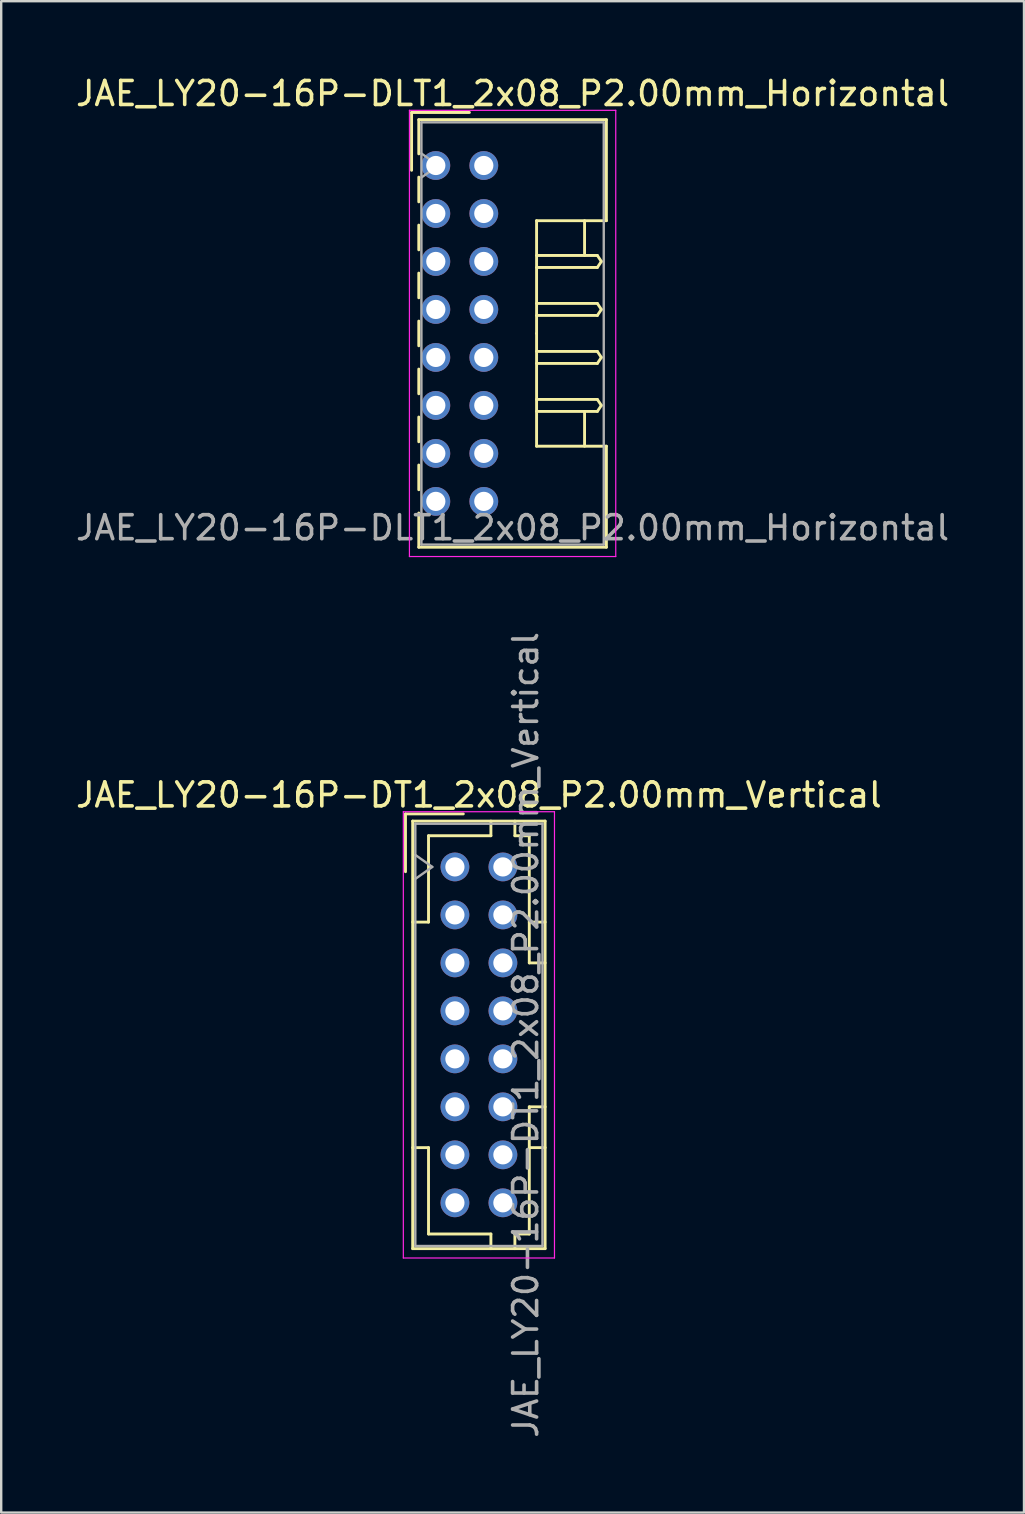
<source format=kicad_pcb>
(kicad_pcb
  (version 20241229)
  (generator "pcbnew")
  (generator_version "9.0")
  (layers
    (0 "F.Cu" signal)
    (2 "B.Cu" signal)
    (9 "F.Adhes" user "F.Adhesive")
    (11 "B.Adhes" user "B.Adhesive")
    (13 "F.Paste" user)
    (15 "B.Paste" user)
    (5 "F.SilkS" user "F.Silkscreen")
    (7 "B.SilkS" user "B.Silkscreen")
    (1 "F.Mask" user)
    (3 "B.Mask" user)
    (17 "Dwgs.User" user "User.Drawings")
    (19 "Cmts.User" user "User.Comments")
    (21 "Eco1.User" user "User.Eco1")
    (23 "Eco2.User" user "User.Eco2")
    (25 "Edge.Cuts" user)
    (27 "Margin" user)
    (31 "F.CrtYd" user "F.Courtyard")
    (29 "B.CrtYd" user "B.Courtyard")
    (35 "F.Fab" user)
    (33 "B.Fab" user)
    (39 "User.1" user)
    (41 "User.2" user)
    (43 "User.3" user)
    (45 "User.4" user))
  (footprint "JAE_LY20-16P-DLT1_2x08_P2.00mm_Horizontal"
    (layer "F.Cu")
    (at 15.115 3.848)
    (property "Reference" "JAE_LY20-16P-DLT1_2x08_P2.00mm_Horizontal" (at 3.2 -3 0) (layer "F.SilkS") (effects (font (size 1 1) (thickness 0.15))))
    (attr through_hole)
    (fp_line (start -1.01 -2.21) (end -1.01 0.2) (stroke (width 0.12) (type solid)) (layer "F.SilkS"))
    (fp_line (start -0.71 -1.91) (end 7.11 -1.91) (stroke (width 0.12) (type solid)) (layer "F.SilkS"))
    (fp_line (start -0.71 -0.485) (end -0.71 -1.91) (stroke (width 0.12) (type solid)) (layer "F.SilkS"))
    (fp_line (start -0.71 0.485) (end -0.71 1.515) (stroke (width 0.12) (type solid)) (layer "F.SilkS"))
    (fp_line (start -0.71 2.485) (end -0.71 3.515) (stroke (width 0.12) (type solid)) (layer "F.SilkS"))
    (fp_line (start -0.71 4.485) (end -0.71 5.515) (stroke (width 0.12) (type solid)) (layer "F.SilkS"))
    (fp_line (start -0.71 6.485) (end -0.71 7.515) (stroke (width 0.12) (type solid)) (layer "F.SilkS"))
    (fp_line (start -0.71 8.485) (end -0.71 9.515) (stroke (width 0.12) (type solid)) (layer "F.SilkS"))
    (fp_line (start -0.71 10.485) (end -0.71 11.515) (stroke (width 0.12) (type solid)) (layer "F.SilkS"))
    (fp_line (start -0.71 12.485) (end -0.71 13.515) (stroke (width 0.12) (type solid)) (layer "F.SilkS"))
    (fp_line (start -0.71 14.485) (end -0.71 15.91) (stroke (width 0.12) (type solid)) (layer "F.SilkS"))
    (fp_line (start -0.71 15.91) (end 7.11 15.91) (stroke (width 0.12) (type solid)) (layer "F.SilkS"))
    (fp_line (start 1.4 -2.21) (end -1.01 -2.21) (stroke (width 0.12) (type solid)) (layer "F.SilkS"))
    (fp_line (start 4.2 2.3) (end 4.2 7) (stroke (width 0.12) (type solid)) (layer "F.SilkS"))
    (fp_line (start 4.2 3.75) (end 6.733 3.75) (stroke (width 0.12) (type solid)) (layer "F.SilkS"))
    (fp_line (start 4.2 5.75) (end 6.733 5.75) (stroke (width 0.12) (type solid)) (layer "F.SilkS"))
    (fp_line (start 4.2 7.75) (end 6.733 7.75) (stroke (width 0.12) (type solid)) (layer "F.SilkS"))
    (fp_line (start 4.2 9.75) (end 6.733 9.75) (stroke (width 0.12) (type solid)) (layer "F.SilkS"))
    (fp_line (start 4.2 11.7) (end 4.2 7) (stroke (width 0.12) (type solid)) (layer "F.SilkS"))
    (fp_line (start 6.2 2.3) (end 6.2 3.75) (stroke (width 0.12) (type solid)) (layer "F.SilkS"))
    (fp_line (start 6.2 11.7) (end 6.2 10.25) (stroke (width 0.12) (type solid)) (layer "F.SilkS"))
    (fp_line (start 6.733 3.75) (end 6.9 4) (stroke (width 0.12) (type solid)) (layer "F.SilkS"))
    (fp_line (start 6.733 4.25) (end 4.2 4.25) (stroke (width 0.12) (type solid)) (layer "F.SilkS"))
    (fp_line (start 6.733 5.75) (end 6.9 6) (stroke (width 0.12) (type solid)) (layer "F.SilkS"))
    (fp_line (start 6.733 6.25) (end 4.2 6.25) (stroke (width 0.12) (type solid)) (layer "F.SilkS"))
    (fp_line (start 6.733 7.75) (end 6.9 8) (stroke (width 0.12) (type solid)) (layer "F.SilkS"))
    (fp_line (start 6.733 8.25) (end 4.2 8.25) (stroke (width 0.12) (type solid)) (layer "F.SilkS"))
    (fp_line (start 6.733 9.75) (end 6.9 10) (stroke (width 0.12) (type solid)) (layer "F.SilkS"))
    (fp_line (start 6.733 10.25) (end 4.2 10.25) (stroke (width 0.12) (type solid)) (layer "F.SilkS"))
    (fp_line (start 6.9 4) (end 6.733 4.25) (stroke (width 0.12) (type solid)) (layer "F.SilkS"))
    (fp_line (start 6.9 6) (end 6.733 6.25) (stroke (width 0.12) (type solid)) (layer "F.SilkS"))
    (fp_line (start 6.9 8) (end 6.733 8.25) (stroke (width 0.12) (type solid)) (layer "F.SilkS"))
    (fp_line (start 6.9 10) (end 6.733 10.25) (stroke (width 0.12) (type solid)) (layer "F.SilkS"))
    (fp_line (start 7.11 -1.91) (end 7.11 2.3) (stroke (width 0.12) (type solid)) (layer "F.SilkS"))
    (fp_line (start 7.11 2.3) (end 4.2 2.3) (stroke (width 0.12) (type solid)) (layer "F.SilkS"))
    (fp_line (start 7.11 11.7) (end 4.2 11.7) (stroke (width 0.12) (type solid)) (layer "F.SilkS"))
    (fp_line (start 7.11 15.91) (end 7.11 11.7) (stroke (width 0.12) (type solid)) (layer "F.SilkS"))
    (fp_line (start -1.1 -2.3) (end -1.1 16.3) (stroke (width 0.05) (type solid)) (layer "F.CrtYd"))
    (fp_line (start -1.1 16.3) (end 7.5 16.3) (stroke (width 0.05) (type solid)) (layer "F.CrtYd"))
    (fp_line (start 7.5 -2.3) (end -1.1 -2.3) (stroke (width 0.05) (type solid)) (layer "F.CrtYd"))
    (fp_line (start 7.5 16.3) (end 7.5 -2.3) (stroke (width 0.05) (type solid)) (layer "F.CrtYd"))
    (fp_line (start -0.6 -1.8) (end -0.6 15.8) (stroke (width 0.1) (type solid)) (layer "F.Fab"))
    (fp_line (start -0.6 0.5) (end 0.107 0) (stroke (width 0.1) (type solid)) (layer "F.Fab"))
    (fp_line (start -0.6 15.8) (end 7 15.8) (stroke (width 0.1) (type solid)) (layer "F.Fab"))
    (fp_line (start 0.107 0) (end -0.6 -0.5) (stroke (width 0.1) (type solid)) (layer "F.Fab"))
    (fp_line (start 7 -1.8) (end -0.6 -1.8) (stroke (width 0.1) (type solid)) (layer "F.Fab"))
    (fp_line (start 7 15.8) (end 7 -1.8) (stroke (width 0.1) (type solid)) (layer "F.Fab"))
    (fp_text user "${REFERENCE}" (at 3.2 15.1 0) (layer "F.Fab") (effects (font (size 1 1) (thickness 0.15))))
    (pad "a1" thru_hole circle (at 0 0) (size 1.2 1.2) (drill 0.8) (layers "*.Cu" "*.Mask"))
    (pad "a2" thru_hole circle (at 0 2) (size 1.2 1.2) (drill 0.8) (layers "*.Cu" "*.Mask"))
    (pad "a3" thru_hole circle (at 0 4) (size 1.2 1.2) (drill 0.8) (layers "*.Cu" "*.Mask"))
    (pad "a4" thru_hole circle (at 0 6) (size 1.2 1.2) (drill 0.8) (layers "*.Cu" "*.Mask"))
    (pad "a5" thru_hole circle (at 0 8) (size 1.2 1.2) (drill 0.8) (layers "*.Cu" "*.Mask"))
    (pad "a6" thru_hole circle (at 0 10) (size 1.2 1.2) (drill 0.8) (layers "*.Cu" "*.Mask"))
    (pad "a7" thru_hole circle (at 0 12) (size 1.2 1.2) (drill 0.8) (layers "*.Cu" "*.Mask"))
    (pad "a8" thru_hole circle (at 0 14) (size 1.2 1.2) (drill 0.8) (layers "*.Cu" "*.Mask"))
    (pad "b1" thru_hole circle (at 2 0) (size 1.2 1.2) (drill 0.8) (layers "*.Cu" "*.Mask"))
    (pad "b2" thru_hole circle (at 2 2) (size 1.2 1.2) (drill 0.8) (layers "*.Cu" "*.Mask"))
    (pad "b3" thru_hole circle (at 2 4) (size 1.2 1.2) (drill 0.8) (layers "*.Cu" "*.Mask"))
    (pad "b4" thru_hole circle (at 2 6) (size 1.2 1.2) (drill 0.8) (layers "*.Cu" "*.Mask"))
    (pad "b5" thru_hole circle (at 2 8) (size 1.2 1.2) (drill 0.8) (layers "*.Cu" "*.Mask"))
    (pad "b6" thru_hole circle (at 2 10) (size 1.2 1.2) (drill 0.8) (layers "*.Cu" "*.Mask"))
    (pad "b7" thru_hole circle (at 2 12) (size 1.2 1.2) (drill 0.8) (layers "*.Cu" "*.Mask"))
    (pad "b8" thru_hole circle (at 2 14) (size 1.2 1.2) (drill 0.8) (layers "*.Cu" "*.Mask")))
  (footprint "JAE_LY20-16P-DT1_2x08_P2.00mm_Vertical"
    (layer "F.Cu")
    (at 15.911 33.084)
    (property "Reference" "JAE_LY20-16P-DT1_2x08_P2.00mm_Vertical" (at 1 -3 0) (layer "F.SilkS") (effects (font (size 1 1) (thickness 0.15))))
    (attr through_hole)
    (fp_line (start -2.06 -2.21) (end -2.06 0.2) (stroke (width 0.12) (type solid)) (layer "F.SilkS"))
    (fp_line (start -1.76 -1.91) (end -1.76 15.91) (stroke (width 0.12) (type solid)) (layer "F.SilkS"))
    (fp_line (start -1.76 15.91) (end 3.76 15.91) (stroke (width 0.12) (type solid)) (layer "F.SilkS"))
    (fp_line (start -1.1 -1.3) (end -1.1 2.3) (stroke (width 0.12) (type solid)) (layer "F.SilkS"))
    (fp_line (start -1.1 2.3) (end -1.76 2.3) (stroke (width 0.12) (type solid)) (layer "F.SilkS"))
    (fp_line (start -1.1 11.7) (end -1.76 11.7) (stroke (width 0.12) (type solid)) (layer "F.SilkS"))
    (fp_line (start -1.1 15.3) (end -1.1 11.7) (stroke (width 0.12) (type solid)) (layer "F.SilkS"))
    (fp_line (start 0.35 -2.21) (end -2.06 -2.21) (stroke (width 0.12) (type solid)) (layer "F.SilkS"))
    (fp_line (start 1.5 -1.91) (end 1.5 -1.3) (stroke (width 0.12) (type solid)) (layer "F.SilkS"))
    (fp_line (start 1.5 -1.3) (end -1.1 -1.3) (stroke (width 0.12) (type solid)) (layer "F.SilkS"))
    (fp_line (start 1.5 15.3) (end -1.1 15.3) (stroke (width 0.12) (type solid)) (layer "F.SilkS"))
    (fp_line (start 1.5 15.91) (end 1.5 15.3) (stroke (width 0.12) (type solid)) (layer "F.SilkS"))
    (fp_line (start 2.5 -1.91) (end 2.5 -1.3) (stroke (width 0.12) (type solid)) (layer "F.SilkS"))
    (fp_line (start 2.5 -1.3) (end 3.1 -1.3) (stroke (width 0.12) (type solid)) (layer "F.SilkS"))
    (fp_line (start 2.5 15.3) (end 3.1 15.3) (stroke (width 0.12) (type solid)) (layer "F.SilkS"))
    (fp_line (start 2.5 15.91) (end 2.5 15.3) (stroke (width 0.12) (type solid)) (layer "F.SilkS"))
    (fp_line (start 3.1 -1.3) (end 3.1 4) (stroke (width 0.12) (type solid)) (layer "F.SilkS"))
    (fp_line (start 3.1 4) (end 3.76 4) (stroke (width 0.12) (type solid)) (layer "F.SilkS"))
    (fp_line (start 3.1 10) (end 3.76 10) (stroke (width 0.12) (type solid)) (layer "F.SilkS"))
    (fp_line (start 3.1 15.3) (end 3.1 10) (stroke (width 0.12) (type solid)) (layer "F.SilkS"))
    (fp_line (start 3.76 -1.91) (end -1.76 -1.91) (stroke (width 0.12) (type solid)) (layer "F.SilkS"))
    (fp_line (start 3.76 2.3) (end 3.1 2.3) (stroke (width 0.12) (type solid)) (layer "F.SilkS"))
    (fp_line (start 3.76 11.7) (end 3.1 11.7) (stroke (width 0.12) (type solid)) (layer "F.SilkS"))
    (fp_line (start 3.76 15.91) (end 3.76 -1.91) (stroke (width 0.12) (type solid)) (layer "F.SilkS"))
    (fp_line (start -2.15 -2.3) (end -2.15 16.3) (stroke (width 0.05) (type solid)) (layer "F.CrtYd"))
    (fp_line (start -2.15 16.3) (end 4.15 16.3) (stroke (width 0.05) (type solid)) (layer "F.CrtYd"))
    (fp_line (start 4.15 -2.3) (end -2.15 -2.3) (stroke (width 0.05) (type solid)) (layer "F.CrtYd"))
    (fp_line (start 4.15 16.3) (end 4.15 -2.3) (stroke (width 0.05) (type solid)) (layer "F.CrtYd"))
    (fp_line (start -1.65 -1.8) (end -1.65 15.8) (stroke (width 0.1) (type solid)) (layer "F.Fab"))
    (fp_line (start -1.65 0.5) (end -0.943 0) (stroke (width 0.1) (type solid)) (layer "F.Fab"))
    (fp_line (start -1.65 15.8) (end 3.65 15.8) (stroke (width 0.1) (type solid)) (layer "F.Fab"))
    (fp_line (start -0.943 0) (end -1.65 -0.5) (stroke (width 0.1) (type solid)) (layer "F.Fab"))
    (fp_line (start 3.65 -1.8) (end -1.65 -1.8) (stroke (width 0.1) (type solid)) (layer "F.Fab"))
    (fp_line (start 3.65 15.8) (end 3.65 -1.8) (stroke (width 0.1) (type solid)) (layer "F.Fab"))
    (fp_text user "${REFERENCE}" (at 2.95 7 90) (layer "F.Fab") (effects (font (size 1 1) (thickness 0.15))))
    (pad "a1" thru_hole circle (at 0 0) (size 1.2 1.2) (drill 0.8) (layers "*.Cu" "*.Mask"))
    (pad "a2" thru_hole circle (at 0 2) (size 1.2 1.2) (drill 0.8) (layers "*.Cu" "*.Mask"))
    (pad "a3" thru_hole circle (at 0 4) (size 1.2 1.2) (drill 0.8) (layers "*.Cu" "*.Mask"))
    (pad "a4" thru_hole circle (at 0 6) (size 1.2 1.2) (drill 0.8) (layers "*.Cu" "*.Mask"))
    (pad "a5" thru_hole circle (at 0 8) (size 1.2 1.2) (drill 0.8) (layers "*.Cu" "*.Mask"))
    (pad "a6" thru_hole circle (at 0 10) (size 1.2 1.2) (drill 0.8) (layers "*.Cu" "*.Mask"))
    (pad "a7" thru_hole circle (at 0 12) (size 1.2 1.2) (drill 0.8) (layers "*.Cu" "*.Mask"))
    (pad "a8" thru_hole circle (at 0 14) (size 1.2 1.2) (drill 0.8) (layers "*.Cu" "*.Mask"))
    (pad "b1" thru_hole circle (at 2 0) (size 1.2 1.2) (drill 0.8) (layers "*.Cu" "*.Mask"))
    (pad "b2" thru_hole circle (at 2 2) (size 1.2 1.2) (drill 0.8) (layers "*.Cu" "*.Mask"))
    (pad "b3" thru_hole circle (at 2 4) (size 1.2 1.2) (drill 0.8) (layers "*.Cu" "*.Mask"))
    (pad "b4" thru_hole circle (at 2 6) (size 1.2 1.2) (drill 0.8) (layers "*.Cu" "*.Mask"))
    (pad "b5" thru_hole circle (at 2 8) (size 1.2 1.2) (drill 0.8) (layers "*.Cu" "*.Mask"))
    (pad "b6" thru_hole circle (at 2 10) (size 1.2 1.2) (drill 0.8) (layers "*.Cu" "*.Mask"))
    (pad "b7" thru_hole circle (at 2 12) (size 1.2 1.2) (drill 0.8) (layers "*.Cu" "*.Mask"))
    (pad "b8" thru_hole circle (at 2 14) (size 1.2 1.2) (drill 0.8) (layers "*.Cu" "*.Mask")))
  (gr_rect
    (start -3 -3)
    (end 39.631 59.995)
    (stroke (width 0.1) (type default))
    (fill no)
    (layer "Edge.Cuts")))
</source>
